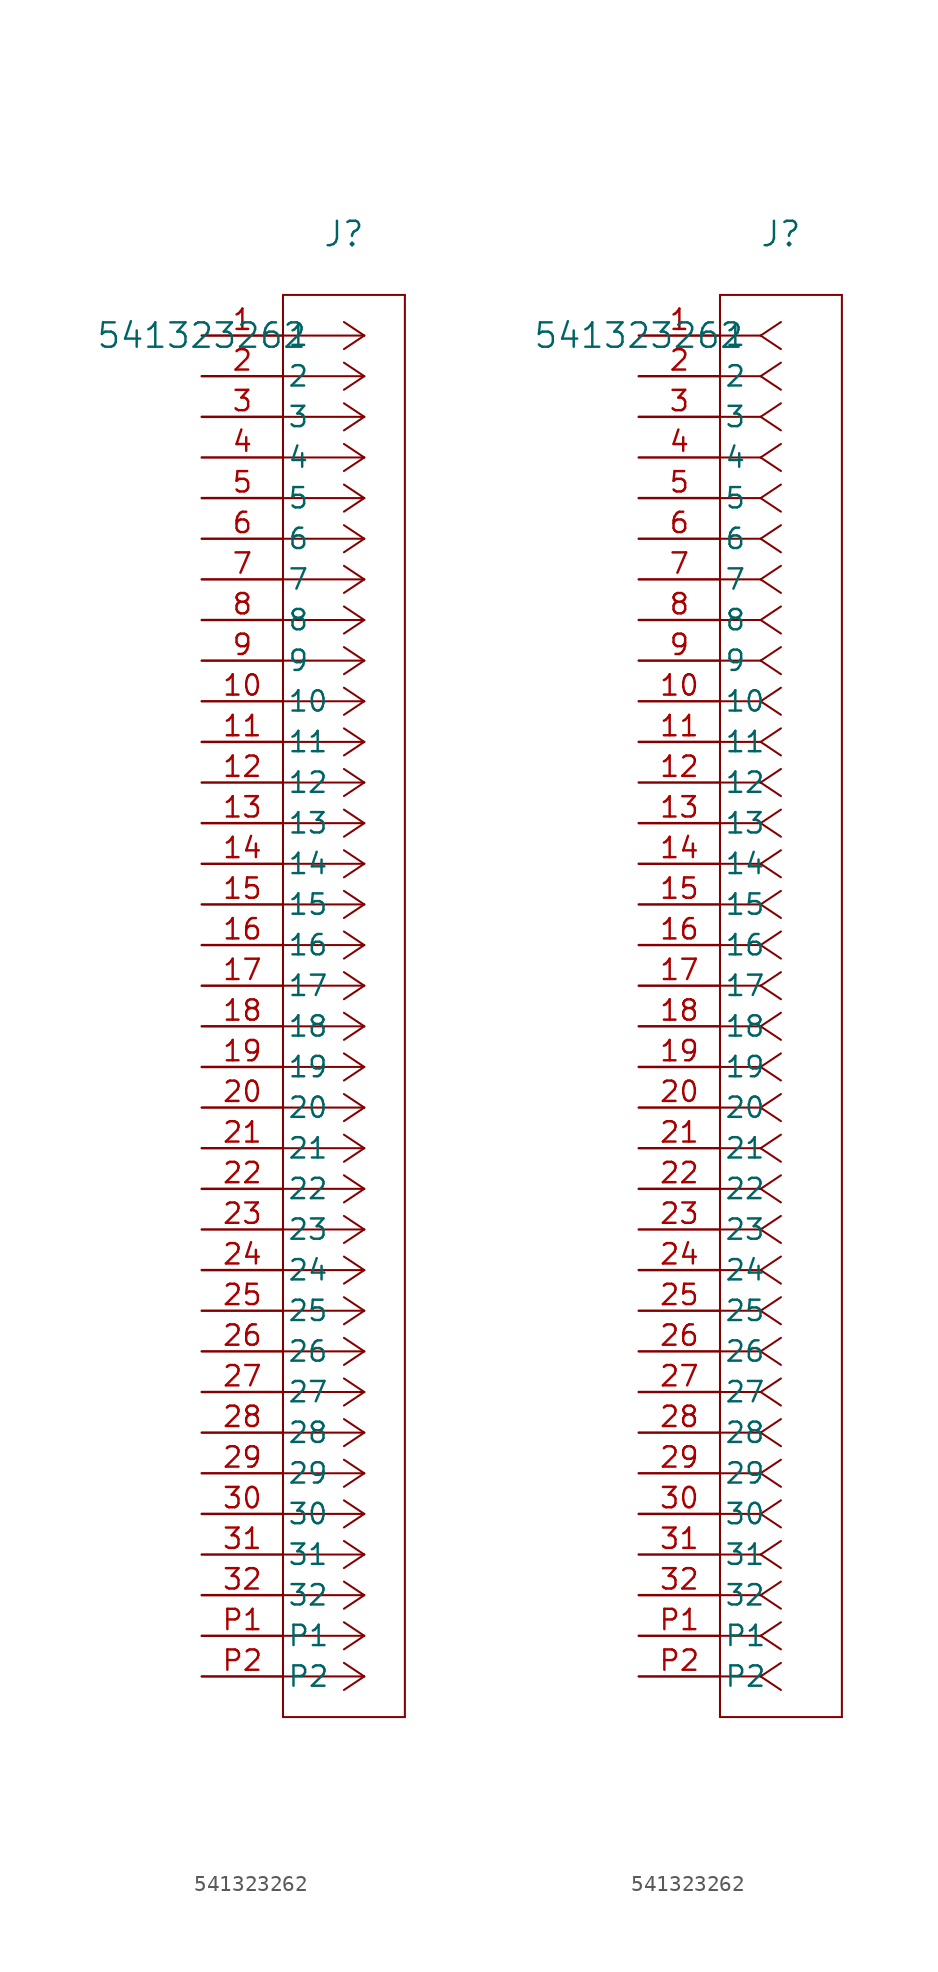
<source format=kicad_sym>
(kicad_symbol_lib
  (version 20211014)
  (generator kicad_symbol_editor)
  (symbol "541323262"
    (pin_names
      (offset 0.254))
    (property "Reference" "J"
      (at 8.89 6.35 0)
      (effects (font (size 1.524 1.524))))
    (property "Value" "541323262"
      (at 0 0 0)
      (effects (font (size 1.524 1.524))))
    (symbol "541323262_1_1"
      (polyline (pts (xy 10.16 0) (xy 5.08 0)) (stroke (width 0.127) (type default) (color 0 0 0 0)) (fill (type none)))
      (polyline (pts (xy 10.16 -2.54) (xy 5.08 -2.54)) (stroke (width 0.127) (type default) (color 0 0 0 0)) (fill (type none)))
      (polyline (pts (xy 10.16 -5.08) (xy 5.08 -5.08)) (stroke (width 0.127) (type default) (color 0 0 0 0)) (fill (type none)))
      (polyline (pts (xy 10.16 -7.62) (xy 5.08 -7.62)) (stroke (width 0.127) (type default) (color 0 0 0 0)) (fill (type none)))
      (polyline (pts (xy 10.16 -10.16) (xy 5.08 -10.16)) (stroke (width 0.127) (type default) (color 0 0 0 0)) (fill (type none)))
      (polyline (pts (xy 10.16 -12.7) (xy 5.08 -12.7)) (stroke (width 0.127) (type default) (color 0 0 0 0)) (fill (type none)))
      (polyline (pts (xy 10.16 -15.24) (xy 5.08 -15.24)) (stroke (width 0.127) (type default) (color 0 0 0 0)) (fill (type none)))
      (polyline (pts (xy 10.16 -17.78) (xy 5.08 -17.78)) (stroke (width 0.127) (type default) (color 0 0 0 0)) (fill (type none)))
      (polyline (pts (xy 10.16 -20.32) (xy 5.08 -20.32)) (stroke (width 0.127) (type default) (color 0 0 0 0)) (fill (type none)))
      (polyline (pts (xy 10.16 -22.86) (xy 5.08 -22.86)) (stroke (width 0.127) (type default) (color 0 0 0 0)) (fill (type none)))
      (polyline (pts (xy 10.16 -25.4) (xy 5.08 -25.4)) (stroke (width 0.127) (type default) (color 0 0 0 0)) (fill (type none)))
      (polyline (pts (xy 10.16 -27.94) (xy 5.08 -27.94)) (stroke (width 0.127) (type default) (color 0 0 0 0)) (fill (type none)))
      (polyline (pts (xy 10.16 -30.48) (xy 5.08 -30.48)) (stroke (width 0.127) (type default) (color 0 0 0 0)) (fill (type none)))
      (polyline (pts (xy 10.16 -33.02) (xy 5.08 -33.02)) (stroke (width 0.127) (type default) (color 0 0 0 0)) (fill (type none)))
      (polyline (pts (xy 10.16 -35.56) (xy 5.08 -35.56)) (stroke (width 0.127) (type default) (color 0 0 0 0)) (fill (type none)))
      (polyline (pts (xy 10.16 -38.1) (xy 5.08 -38.1)) (stroke (width 0.127) (type default) (color 0 0 0 0)) (fill (type none)))
      (polyline (pts (xy 10.16 -40.64) (xy 5.08 -40.64)) (stroke (width 0.127) (type default) (color 0 0 0 0)) (fill (type none)))
      (polyline (pts (xy 10.16 -43.18) (xy 5.08 -43.18)) (stroke (width 0.127) (type default) (color 0 0 0 0)) (fill (type none)))
      (polyline (pts (xy 10.16 -45.72) (xy 5.08 -45.72)) (stroke (width 0.127) (type default) (color 0 0 0 0)) (fill (type none)))
      (polyline (pts (xy 10.16 -48.26) (xy 5.08 -48.26)) (stroke (width 0.127) (type default) (color 0 0 0 0)) (fill (type none)))
      (polyline (pts (xy 10.16 -50.8) (xy 5.08 -50.8)) (stroke (width 0.127) (type default) (color 0 0 0 0)) (fill (type none)))
      (polyline (pts (xy 10.16 -53.34) (xy 5.08 -53.34)) (stroke (width 0.127) (type default) (color 0 0 0 0)) (fill (type none)))
      (polyline (pts (xy 10.16 -55.88) (xy 5.08 -55.88)) (stroke (width 0.127) (type default) (color 0 0 0 0)) (fill (type none)))
      (polyline (pts (xy 10.16 -58.42) (xy 5.08 -58.42)) (stroke (width 0.127) (type default) (color 0 0 0 0)) (fill (type none)))
      (polyline (pts (xy 10.16 -60.96) (xy 5.08 -60.96)) (stroke (width 0.127) (type default) (color 0 0 0 0)) (fill (type none)))
      (polyline (pts (xy 10.16 -63.5) (xy 5.08 -63.5)) (stroke (width 0.127) (type default) (color 0 0 0 0)) (fill (type none)))
      (polyline (pts (xy 10.16 -66.04) (xy 5.08 -66.04)) (stroke (width 0.127) (type default) (color 0 0 0 0)) (fill (type none)))
      (polyline (pts (xy 10.16 -68.58) (xy 5.08 -68.58)) (stroke (width 0.127) (type default) (color 0 0 0 0)) (fill (type none)))
      (polyline (pts (xy 10.16 -71.12) (xy 5.08 -71.12)) (stroke (width 0.127) (type default) (color 0 0 0 0)) (fill (type none)))
      (polyline (pts (xy 10.16 -73.66) (xy 5.08 -73.66)) (stroke (width 0.127) (type default) (color 0 0 0 0)) (fill (type none)))
      (polyline (pts (xy 10.16 -76.2) (xy 5.08 -76.2)) (stroke (width 0.127) (type default) (color 0 0 0 0)) (fill (type none)))
      (polyline (pts (xy 10.16 -78.74) (xy 5.08 -78.74)) (stroke (width 0.127) (type default) (color 0 0 0 0)) (fill (type none)))
      (polyline (pts (xy 10.16 -81.28) (xy 5.08 -81.28)) (stroke (width 0.127) (type default) (color 0 0 0 0)) (fill (type none)))
      (polyline (pts (xy 10.16 -83.82) (xy 5.08 -83.82)) (stroke (width 0.127) (type default) (color 0 0 0 0)) (fill (type none)))
      (polyline (pts (xy 10.16 0) (xy 8.89 0.847)) (stroke (width 0.127) (type default) (color 0 0 0 0)) (fill (type none)))
      (polyline (pts (xy 10.16 -2.54) (xy 8.89 -1.693)) (stroke (width 0.127) (type default) (color 0 0 0 0)) (fill (type none)))
      (polyline (pts (xy 10.16 -5.08) (xy 8.89 -4.233)) (stroke (width 0.127) (type default) (color 0 0 0 0)) (fill (type none)))
      (polyline (pts (xy 10.16 -7.62) (xy 8.89 -6.773)) (stroke (width 0.127) (type default) (color 0 0 0 0)) (fill (type none)))
      (polyline (pts (xy 10.16 -10.16) (xy 8.89 -9.313)) (stroke (width 0.127) (type default) (color 0 0 0 0)) (fill (type none)))
      (polyline (pts (xy 10.16 -12.7) (xy 8.89 -11.853)) (stroke (width 0.127) (type default) (color 0 0 0 0)) (fill (type none)))
      (polyline (pts (xy 10.16 -15.24) (xy 8.89 -14.393)) (stroke (width 0.127) (type default) (color 0 0 0 0)) (fill (type none)))
      (polyline (pts (xy 10.16 -17.78) (xy 8.89 -16.933)) (stroke (width 0.127) (type default) (color 0 0 0 0)) (fill (type none)))
      (polyline (pts (xy 10.16 -20.32) (xy 8.89 -19.473)) (stroke (width 0.127) (type default) (color 0 0 0 0)) (fill (type none)))
      (polyline (pts (xy 10.16 -22.86) (xy 8.89 -22.013)) (stroke (width 0.127) (type default) (color 0 0 0 0)) (fill (type none)))
      (polyline (pts (xy 10.16 -25.4) (xy 8.89 -24.553)) (stroke (width 0.127) (type default) (color 0 0 0 0)) (fill (type none)))
      (polyline (pts (xy 10.16 -27.94) (xy 8.89 -27.093)) (stroke (width 0.127) (type default) (color 0 0 0 0)) (fill (type none)))
      (polyline (pts (xy 10.16 -30.48) (xy 8.89 -29.633)) (stroke (width 0.127) (type default) (color 0 0 0 0)) (fill (type none)))
      (polyline (pts (xy 10.16 -33.02) (xy 8.89 -32.173)) (stroke (width 0.127) (type default) (color 0 0 0 0)) (fill (type none)))
      (polyline (pts (xy 10.16 -35.56) (xy 8.89 -34.713)) (stroke (width 0.127) (type default) (color 0 0 0 0)) (fill (type none)))
      (polyline (pts (xy 10.16 -38.1) (xy 8.89 -37.253)) (stroke (width 0.127) (type default) (color 0 0 0 0)) (fill (type none)))
      (polyline (pts (xy 10.16 -40.64) (xy 8.89 -39.793)) (stroke (width 0.127) (type default) (color 0 0 0 0)) (fill (type none)))
      (polyline (pts (xy 10.16 -43.18) (xy 8.89 -42.333)) (stroke (width 0.127) (type default) (color 0 0 0 0)) (fill (type none)))
      (polyline (pts (xy 10.16 -45.72) (xy 8.89 -44.873)) (stroke (width 0.127) (type default) (color 0 0 0 0)) (fill (type none)))
      (polyline (pts (xy 10.16 -48.26) (xy 8.89 -47.413)) (stroke (width 0.127) (type default) (color 0 0 0 0)) (fill (type none)))
      (polyline (pts (xy 10.16 -50.8) (xy 8.89 -49.953)) (stroke (width 0.127) (type default) (color 0 0 0 0)) (fill (type none)))
      (polyline (pts (xy 10.16 -53.34) (xy 8.89 -52.493)) (stroke (width 0.127) (type default) (color 0 0 0 0)) (fill (type none)))
      (polyline (pts (xy 10.16 -55.88) (xy 8.89 -55.033)) (stroke (width 0.127) (type default) (color 0 0 0 0)) (fill (type none)))
      (polyline (pts (xy 10.16 -58.42) (xy 8.89 -57.573)) (stroke (width 0.127) (type default) (color 0 0 0 0)) (fill (type none)))
      (polyline (pts (xy 10.16 -60.96) (xy 8.89 -60.113)) (stroke (width 0.127) (type default) (color 0 0 0 0)) (fill (type none)))
      (polyline (pts (xy 10.16 -63.5) (xy 8.89 -62.653)) (stroke (width 0.127) (type default) (color 0 0 0 0)) (fill (type none)))
      (polyline (pts (xy 10.16 -66.04) (xy 8.89 -65.193)) (stroke (width 0.127) (type default) (color 0 0 0 0)) (fill (type none)))
      (polyline (pts (xy 10.16 -68.58) (xy 8.89 -67.733)) (stroke (width 0.127) (type default) (color 0 0 0 0)) (fill (type none)))
      (polyline (pts (xy 10.16 -71.12) (xy 8.89 -70.273)) (stroke (width 0.127) (type default) (color 0 0 0 0)) (fill (type none)))
      (polyline (pts (xy 10.16 -73.66) (xy 8.89 -72.813)) (stroke (width 0.127) (type default) (color 0 0 0 0)) (fill (type none)))
      (polyline (pts (xy 10.16 -76.2) (xy 8.89 -75.353)) (stroke (width 0.127) (type default) (color 0 0 0 0)) (fill (type none)))
      (polyline (pts (xy 10.16 -78.74) (xy 8.89 -77.893)) (stroke (width 0.127) (type default) (color 0 0 0 0)) (fill (type none)))
      (polyline (pts (xy 10.16 -81.28) (xy 8.89 -80.433)) (stroke (width 0.127) (type default) (color 0 0 0 0)) (fill (type none)))
      (polyline (pts (xy 10.16 -83.82) (xy 8.89 -82.973)) (stroke (width 0.127) (type default) (color 0 0 0 0)) (fill (type none)))
      (polyline (pts (xy 10.16 0) (xy 8.89 -0.847)) (stroke (width 0.127) (type default) (color 0 0 0 0)) (fill (type none)))
      (polyline (pts (xy 10.16 -2.54) (xy 8.89 -3.387)) (stroke (width 0.127) (type default) (color 0 0 0 0)) (fill (type none)))
      (polyline (pts (xy 10.16 -5.08) (xy 8.89 -5.927)) (stroke (width 0.127) (type default) (color 0 0 0 0)) (fill (type none)))
      (polyline (pts (xy 10.16 -7.62) (xy 8.89 -8.467)) (stroke (width 0.127) (type default) (color 0 0 0 0)) (fill (type none)))
      (polyline (pts (xy 10.16 -10.16) (xy 8.89 -11.007)) (stroke (width 0.127) (type default) (color 0 0 0 0)) (fill (type none)))
      (polyline (pts (xy 10.16 -12.7) (xy 8.89 -13.547)) (stroke (width 0.127) (type default) (color 0 0 0 0)) (fill (type none)))
      (polyline (pts (xy 10.16 -15.24) (xy 8.89 -16.087)) (stroke (width 0.127) (type default) (color 0 0 0 0)) (fill (type none)))
      (polyline (pts (xy 10.16 -17.78) (xy 8.89 -18.627)) (stroke (width 0.127) (type default) (color 0 0 0 0)) (fill (type none)))
      (polyline (pts (xy 10.16 -20.32) (xy 8.89 -21.167)) (stroke (width 0.127) (type default) (color 0 0 0 0)) (fill (type none)))
      (polyline (pts (xy 10.16 -22.86) (xy 8.89 -23.707)) (stroke (width 0.127) (type default) (color 0 0 0 0)) (fill (type none)))
      (polyline (pts (xy 10.16 -25.4) (xy 8.89 -26.247)) (stroke (width 0.127) (type default) (color 0 0 0 0)) (fill (type none)))
      (polyline (pts (xy 10.16 -27.94) (xy 8.89 -28.787)) (stroke (width 0.127) (type default) (color 0 0 0 0)) (fill (type none)))
      (polyline (pts (xy 10.16 -30.48) (xy 8.89 -31.327)) (stroke (width 0.127) (type default) (color 0 0 0 0)) (fill (type none)))
      (polyline (pts (xy 10.16 -33.02) (xy 8.89 -33.867)) (stroke (width 0.127) (type default) (color 0 0 0 0)) (fill (type none)))
      (polyline (pts (xy 10.16 -35.56) (xy 8.89 -36.407)) (stroke (width 0.127) (type default) (color 0 0 0 0)) (fill (type none)))
      (polyline (pts (xy 10.16 -38.1) (xy 8.89 -38.947)) (stroke (width 0.127) (type default) (color 0 0 0 0)) (fill (type none)))
      (polyline (pts (xy 10.16 -40.64) (xy 8.89 -41.487)) (stroke (width 0.127) (type default) (color 0 0 0 0)) (fill (type none)))
      (polyline (pts (xy 10.16 -43.18) (xy 8.89 -44.027)) (stroke (width 0.127) (type default) (color 0 0 0 0)) (fill (type none)))
      (polyline (pts (xy 10.16 -45.72) (xy 8.89 -46.567)) (stroke (width 0.127) (type default) (color 0 0 0 0)) (fill (type none)))
      (polyline (pts (xy 10.16 -48.26) (xy 8.89 -49.107)) (stroke (width 0.127) (type default) (color 0 0 0 0)) (fill (type none)))
      (polyline (pts (xy 10.16 -50.8) (xy 8.89 -51.647)) (stroke (width 0.127) (type default) (color 0 0 0 0)) (fill (type none)))
      (polyline (pts (xy 10.16 -53.34) (xy 8.89 -54.187)) (stroke (width 0.127) (type default) (color 0 0 0 0)) (fill (type none)))
      (polyline (pts (xy 10.16 -55.88) (xy 8.89 -56.727)) (stroke (width 0.127) (type default) (color 0 0 0 0)) (fill (type none)))
      (polyline (pts (xy 10.16 -58.42) (xy 8.89 -59.267)) (stroke (width 0.127) (type default) (color 0 0 0 0)) (fill (type none)))
      (polyline (pts (xy 10.16 -60.96) (xy 8.89 -61.807)) (stroke (width 0.127) (type default) (color 0 0 0 0)) (fill (type none)))
      (polyline (pts (xy 10.16 -63.5) (xy 8.89 -64.347)) (stroke (width 0.127) (type default) (color 0 0 0 0)) (fill (type none)))
      (polyline (pts (xy 10.16 -66.04) (xy 8.89 -66.887)) (stroke (width 0.127) (type default) (color 0 0 0 0)) (fill (type none)))
      (polyline (pts (xy 10.16 -68.58) (xy 8.89 -69.427)) (stroke (width 0.127) (type default) (color 0 0 0 0)) (fill (type none)))
      (polyline (pts (xy 10.16 -71.12) (xy 8.89 -71.967)) (stroke (width 0.127) (type default) (color 0 0 0 0)) (fill (type none)))
      (polyline (pts (xy 10.16 -73.66) (xy 8.89 -74.507)) (stroke (width 0.127) (type default) (color 0 0 0 0)) (fill (type none)))
      (polyline (pts (xy 10.16 -76.2) (xy 8.89 -77.047)) (stroke (width 0.127) (type default) (color 0 0 0 0)) (fill (type none)))
      (polyline (pts (xy 10.16 -78.74) (xy 8.89 -79.587)) (stroke (width 0.127) (type default) (color 0 0 0 0)) (fill (type none)))
      (polyline (pts (xy 10.16 -81.28) (xy 8.89 -82.127)) (stroke (width 0.127) (type default) (color 0 0 0 0)) (fill (type none)))
      (polyline (pts (xy 10.16 -83.82) (xy 8.89 -84.667)) (stroke (width 0.127) (type default) (color 0 0 0 0)) (fill (type none)))
      (polyline (pts (xy 5.08 2.54) (xy 5.08 -86.36)) (stroke (width 0.127) (type default) (color 0 0 0 0)) (fill (type none)))
      (polyline (pts (xy 5.08 -86.36) (xy 12.7 -86.36)) (stroke (width 0.127) (type default) (color 0 0 0 0)) (fill (type none)))
      (polyline (pts (xy 12.7 -86.36) (xy 12.7 2.54)) (stroke (width 0.127) (type default) (color 0 0 0 0)) (fill (type none)))
      (polyline (pts (xy 12.7 2.54) (xy 5.08 2.54)) (stroke (width 0.127) (type default) (color 0 0 0 0)) (fill (type none)))
      (pin unspecified line (at 0 0 0) (length 5.08) (name "1" (effects (font (size 1.27 1.27)))) (number "1" (effects (font (size 1.27 1.27)))))
      (pin unspecified line (at 0 -2.54 0) (length 5.08) (name "2" (effects (font (size 1.27 1.27)))) (number "2" (effects (font (size 1.27 1.27)))))
      (pin unspecified line (at 0 -5.08 0) (length 5.08) (name "3" (effects (font (size 1.27 1.27)))) (number "3" (effects (font (size 1.27 1.27)))))
      (pin unspecified line (at 0 -7.62 0) (length 5.08) (name "4" (effects (font (size 1.27 1.27)))) (number "4" (effects (font (size 1.27 1.27)))))
      (pin unspecified line (at 0 -10.16 0) (length 5.08) (name "5" (effects (font (size 1.27 1.27)))) (number "5" (effects (font (size 1.27 1.27)))))
      (pin unspecified line (at 0 -12.7 0) (length 5.08) (name "6" (effects (font (size 1.27 1.27)))) (number "6" (effects (font (size 1.27 1.27)))))
      (pin unspecified line (at 0 -15.24 0) (length 5.08) (name "7" (effects (font (size 1.27 1.27)))) (number "7" (effects (font (size 1.27 1.27)))))
      (pin unspecified line (at 0 -17.78 0) (length 5.08) (name "8" (effects (font (size 1.27 1.27)))) (number "8" (effects (font (size 1.27 1.27)))))
      (pin unspecified line (at 0 -20.32 0) (length 5.08) (name "9" (effects (font (size 1.27 1.27)))) (number "9" (effects (font (size 1.27 1.27)))))
      (pin unspecified line (at 0 -22.86 0) (length 5.08) (name "10" (effects (font (size 1.27 1.27)))) (number "10" (effects (font (size 1.27 1.27)))))
      (pin unspecified line (at 0 -25.4 0) (length 5.08) (name "11" (effects (font (size 1.27 1.27)))) (number "11" (effects (font (size 1.27 1.27)))))
      (pin unspecified line (at 0 -27.94 0) (length 5.08) (name "12" (effects (font (size 1.27 1.27)))) (number "12" (effects (font (size 1.27 1.27)))))
      (pin unspecified line (at 0 -30.48 0) (length 5.08) (name "13" (effects (font (size 1.27 1.27)))) (number "13" (effects (font (size 1.27 1.27)))))
      (pin unspecified line (at 0 -33.02 0) (length 5.08) (name "14" (effects (font (size 1.27 1.27)))) (number "14" (effects (font (size 1.27 1.27)))))
      (pin unspecified line (at 0 -35.56 0) (length 5.08) (name "15" (effects (font (size 1.27 1.27)))) (number "15" (effects (font (size 1.27 1.27)))))
      (pin unspecified line (at 0 -38.1 0) (length 5.08) (name "16" (effects (font (size 1.27 1.27)))) (number "16" (effects (font (size 1.27 1.27)))))
      (pin unspecified line (at 0 -40.64 0) (length 5.08) (name "17" (effects (font (size 1.27 1.27)))) (number "17" (effects (font (size 1.27 1.27)))))
      (pin unspecified line (at 0 -43.18 0) (length 5.08) (name "18" (effects (font (size 1.27 1.27)))) (number "18" (effects (font (size 1.27 1.27)))))
      (pin unspecified line (at 0 -45.72 0) (length 5.08) (name "19" (effects (font (size 1.27 1.27)))) (number "19" (effects (font (size 1.27 1.27)))))
      (pin unspecified line (at 0 -48.26 0) (length 5.08) (name "20" (effects (font (size 1.27 1.27)))) (number "20" (effects (font (size 1.27 1.27)))))
      (pin unspecified line (at 0 -50.8 0) (length 5.08) (name "21" (effects (font (size 1.27 1.27)))) (number "21" (effects (font (size 1.27 1.27)))))
      (pin unspecified line (at 0 -53.34 0) (length 5.08) (name "22" (effects (font (size 1.27 1.27)))) (number "22" (effects (font (size 1.27 1.27)))))
      (pin unspecified line (at 0 -55.88 0) (length 5.08) (name "23" (effects (font (size 1.27 1.27)))) (number "23" (effects (font (size 1.27 1.27)))))
      (pin unspecified line (at 0 -58.42 0) (length 5.08) (name "24" (effects (font (size 1.27 1.27)))) (number "24" (effects (font (size 1.27 1.27)))))
      (pin unspecified line (at 0 -60.96 0) (length 5.08) (name "25" (effects (font (size 1.27 1.27)))) (number "25" (effects (font (size 1.27 1.27)))))
      (pin unspecified line (at 0 -63.5 0) (length 5.08) (name "26" (effects (font (size 1.27 1.27)))) (number "26" (effects (font (size 1.27 1.27)))))
      (pin unspecified line (at 0 -66.04 0) (length 5.08) (name "27" (effects (font (size 1.27 1.27)))) (number "27" (effects (font (size 1.27 1.27)))))
      (pin unspecified line (at 0 -68.58 0) (length 5.08) (name "28" (effects (font (size 1.27 1.27)))) (number "28" (effects (font (size 1.27 1.27)))))
      (pin unspecified line (at 0 -71.12 0) (length 5.08) (name "29" (effects (font (size 1.27 1.27)))) (number "29" (effects (font (size 1.27 1.27)))))
      (pin unspecified line (at 0 -73.66 0) (length 5.08) (name "30" (effects (font (size 1.27 1.27)))) (number "30" (effects (font (size 1.27 1.27)))))
      (pin unspecified line (at 0 -76.2 0) (length 5.08) (name "31" (effects (font (size 1.27 1.27)))) (number "31" (effects (font (size 1.27 1.27)))))
      (pin unspecified line (at 0 -78.74 0) (length 5.08) (name "32" (effects (font (size 1.27 1.27)))) (number "32" (effects (font (size 1.27 1.27)))))
      (pin unspecified line (at 0 -81.28 0) (length 5.08) (name "P1" (effects (font (size 1.27 1.27)))) (number "P1" (effects (font (size 1.27 1.27)))))
      (pin unspecified line (at 0 -83.82 0) (length 5.08) (name "P2" (effects (font (size 1.27 1.27)))) (number "P2" (effects (font (size 1.27 1.27))))))
    (symbol "541323262_1_2"
      (polyline (pts (xy 7.62 0) (xy 5.08 0)) (stroke (width 0.127) (type default) (color 0 0 0 0)) (fill (type none)))
      (polyline (pts (xy 7.62 -2.54) (xy 5.08 -2.54)) (stroke (width 0.127) (type default) (color 0 0 0 0)) (fill (type none)))
      (polyline (pts (xy 7.62 -5.08) (xy 5.08 -5.08)) (stroke (width 0.127) (type default) (color 0 0 0 0)) (fill (type none)))
      (polyline (pts (xy 7.62 -7.62) (xy 5.08 -7.62)) (stroke (width 0.127) (type default) (color 0 0 0 0)) (fill (type none)))
      (polyline (pts (xy 7.62 -10.16) (xy 5.08 -10.16)) (stroke (width 0.127) (type default) (color 0 0 0 0)) (fill (type none)))
      (polyline (pts (xy 7.62 -12.7) (xy 5.08 -12.7)) (stroke (width 0.127) (type default) (color 0 0 0 0)) (fill (type none)))
      (polyline (pts (xy 7.62 -15.24) (xy 5.08 -15.24)) (stroke (width 0.127) (type default) (color 0 0 0 0)) (fill (type none)))
      (polyline (pts (xy 7.62 -17.78) (xy 5.08 -17.78)) (stroke (width 0.127) (type default) (color 0 0 0 0)) (fill (type none)))
      (polyline (pts (xy 7.62 -20.32) (xy 5.08 -20.32)) (stroke (width 0.127) (type default) (color 0 0 0 0)) (fill (type none)))
      (polyline (pts (xy 7.62 -22.86) (xy 5.08 -22.86)) (stroke (width 0.127) (type default) (color 0 0 0 0)) (fill (type none)))
      (polyline (pts (xy 7.62 -25.4) (xy 5.08 -25.4)) (stroke (width 0.127) (type default) (color 0 0 0 0)) (fill (type none)))
      (polyline (pts (xy 7.62 -27.94) (xy 5.08 -27.94)) (stroke (width 0.127) (type default) (color 0 0 0 0)) (fill (type none)))
      (polyline (pts (xy 7.62 -30.48) (xy 5.08 -30.48)) (stroke (width 0.127) (type default) (color 0 0 0 0)) (fill (type none)))
      (polyline (pts (xy 7.62 -33.02) (xy 5.08 -33.02)) (stroke (width 0.127) (type default) (color 0 0 0 0)) (fill (type none)))
      (polyline (pts (xy 7.62 -35.56) (xy 5.08 -35.56)) (stroke (width 0.127) (type default) (color 0 0 0 0)) (fill (type none)))
      (polyline (pts (xy 7.62 -38.1) (xy 5.08 -38.1)) (stroke (width 0.127) (type default) (color 0 0 0 0)) (fill (type none)))
      (polyline (pts (xy 7.62 -40.64) (xy 5.08 -40.64)) (stroke (width 0.127) (type default) (color 0 0 0 0)) (fill (type none)))
      (polyline (pts (xy 7.62 -43.18) (xy 5.08 -43.18)) (stroke (width 0.127) (type default) (color 0 0 0 0)) (fill (type none)))
      (polyline (pts (xy 7.62 -45.72) (xy 5.08 -45.72)) (stroke (width 0.127) (type default) (color 0 0 0 0)) (fill (type none)))
      (polyline (pts (xy 7.62 -48.26) (xy 5.08 -48.26)) (stroke (width 0.127) (type default) (color 0 0 0 0)) (fill (type none)))
      (polyline (pts (xy 7.62 -50.8) (xy 5.08 -50.8)) (stroke (width 0.127) (type default) (color 0 0 0 0)) (fill (type none)))
      (polyline (pts (xy 7.62 -53.34) (xy 5.08 -53.34)) (stroke (width 0.127) (type default) (color 0 0 0 0)) (fill (type none)))
      (polyline (pts (xy 7.62 -55.88) (xy 5.08 -55.88)) (stroke (width 0.127) (type default) (color 0 0 0 0)) (fill (type none)))
      (polyline (pts (xy 7.62 -58.42) (xy 5.08 -58.42)) (stroke (width 0.127) (type default) (color 0 0 0 0)) (fill (type none)))
      (polyline (pts (xy 7.62 -60.96) (xy 5.08 -60.96)) (stroke (width 0.127) (type default) (color 0 0 0 0)) (fill (type none)))
      (polyline (pts (xy 7.62 -63.5) (xy 5.08 -63.5)) (stroke (width 0.127) (type default) (color 0 0 0 0)) (fill (type none)))
      (polyline (pts (xy 7.62 -66.04) (xy 5.08 -66.04)) (stroke (width 0.127) (type default) (color 0 0 0 0)) (fill (type none)))
      (polyline (pts (xy 7.62 -68.58) (xy 5.08 -68.58)) (stroke (width 0.127) (type default) (color 0 0 0 0)) (fill (type none)))
      (polyline (pts (xy 7.62 -71.12) (xy 5.08 -71.12)) (stroke (width 0.127) (type default) (color 0 0 0 0)) (fill (type none)))
      (polyline (pts (xy 7.62 -73.66) (xy 5.08 -73.66)) (stroke (width 0.127) (type default) (color 0 0 0 0)) (fill (type none)))
      (polyline (pts (xy 7.62 -76.2) (xy 5.08 -76.2)) (stroke (width 0.127) (type default) (color 0 0 0 0)) (fill (type none)))
      (polyline (pts (xy 7.62 -78.74) (xy 5.08 -78.74)) (stroke (width 0.127) (type default) (color 0 0 0 0)) (fill (type none)))
      (polyline (pts (xy 7.62 -81.28) (xy 5.08 -81.28)) (stroke (width 0.127) (type default) (color 0 0 0 0)) (fill (type none)))
      (polyline (pts (xy 7.62 -83.82) (xy 5.08 -83.82)) (stroke (width 0.127) (type default) (color 0 0 0 0)) (fill (type none)))
      (polyline (pts (xy 7.62 0) (xy 8.89 0.847)) (stroke (width 0.127) (type default) (color 0 0 0 0)) (fill (type none)))
      (polyline (pts (xy 7.62 -2.54) (xy 8.89 -1.693)) (stroke (width 0.127) (type default) (color 0 0 0 0)) (fill (type none)))
      (polyline (pts (xy 7.62 -5.08) (xy 8.89 -4.233)) (stroke (width 0.127) (type default) (color 0 0 0 0)) (fill (type none)))
      (polyline (pts (xy 7.62 -7.62) (xy 8.89 -6.773)) (stroke (width 0.127) (type default) (color 0 0 0 0)) (fill (type none)))
      (polyline (pts (xy 7.62 -10.16) (xy 8.89 -9.313)) (stroke (width 0.127) (type default) (color 0 0 0 0)) (fill (type none)))
      (polyline (pts (xy 7.62 -12.7) (xy 8.89 -11.853)) (stroke (width 0.127) (type default) (color 0 0 0 0)) (fill (type none)))
      (polyline (pts (xy 7.62 -15.24) (xy 8.89 -14.393)) (stroke (width 0.127) (type default) (color 0 0 0 0)) (fill (type none)))
      (polyline (pts (xy 7.62 -17.78) (xy 8.89 -16.933)) (stroke (width 0.127) (type default) (color 0 0 0 0)) (fill (type none)))
      (polyline (pts (xy 7.62 -20.32) (xy 8.89 -19.473)) (stroke (width 0.127) (type default) (color 0 0 0 0)) (fill (type none)))
      (polyline (pts (xy 7.62 -22.86) (xy 8.89 -22.013)) (stroke (width 0.127) (type default) (color 0 0 0 0)) (fill (type none)))
      (polyline (pts (xy 7.62 -25.4) (xy 8.89 -24.553)) (stroke (width 0.127) (type default) (color 0 0 0 0)) (fill (type none)))
      (polyline (pts (xy 7.62 -27.94) (xy 8.89 -27.093)) (stroke (width 0.127) (type default) (color 0 0 0 0)) (fill (type none)))
      (polyline (pts (xy 7.62 -30.48) (xy 8.89 -29.633)) (stroke (width 0.127) (type default) (color 0 0 0 0)) (fill (type none)))
      (polyline (pts (xy 7.62 -33.02) (xy 8.89 -32.173)) (stroke (width 0.127) (type default) (color 0 0 0 0)) (fill (type none)))
      (polyline (pts (xy 7.62 -35.56) (xy 8.89 -34.713)) (stroke (width 0.127) (type default) (color 0 0 0 0)) (fill (type none)))
      (polyline (pts (xy 7.62 -38.1) (xy 8.89 -37.253)) (stroke (width 0.127) (type default) (color 0 0 0 0)) (fill (type none)))
      (polyline (pts (xy 7.62 -40.64) (xy 8.89 -39.793)) (stroke (width 0.127) (type default) (color 0 0 0 0)) (fill (type none)))
      (polyline (pts (xy 7.62 -43.18) (xy 8.89 -42.333)) (stroke (width 0.127) (type default) (color 0 0 0 0)) (fill (type none)))
      (polyline (pts (xy 7.62 -45.72) (xy 8.89 -44.873)) (stroke (width 0.127) (type default) (color 0 0 0 0)) (fill (type none)))
      (polyline (pts (xy 7.62 -48.26) (xy 8.89 -47.413)) (stroke (width 0.127) (type default) (color 0 0 0 0)) (fill (type none)))
      (polyline (pts (xy 7.62 -50.8) (xy 8.89 -49.953)) (stroke (width 0.127) (type default) (color 0 0 0 0)) (fill (type none)))
      (polyline (pts (xy 7.62 -53.34) (xy 8.89 -52.493)) (stroke (width 0.127) (type default) (color 0 0 0 0)) (fill (type none)))
      (polyline (pts (xy 7.62 -55.88) (xy 8.89 -55.033)) (stroke (width 0.127) (type default) (color 0 0 0 0)) (fill (type none)))
      (polyline (pts (xy 7.62 -58.42) (xy 8.89 -57.573)) (stroke (width 0.127) (type default) (color 0 0 0 0)) (fill (type none)))
      (polyline (pts (xy 7.62 -60.96) (xy 8.89 -60.113)) (stroke (width 0.127) (type default) (color 0 0 0 0)) (fill (type none)))
      (polyline (pts (xy 7.62 -63.5) (xy 8.89 -62.653)) (stroke (width 0.127) (type default) (color 0 0 0 0)) (fill (type none)))
      (polyline (pts (xy 7.62 -66.04) (xy 8.89 -65.193)) (stroke (width 0.127) (type default) (color 0 0 0 0)) (fill (type none)))
      (polyline (pts (xy 7.62 -68.58) (xy 8.89 -67.733)) (stroke (width 0.127) (type default) (color 0 0 0 0)) (fill (type none)))
      (polyline (pts (xy 7.62 -71.12) (xy 8.89 -70.273)) (stroke (width 0.127) (type default) (color 0 0 0 0)) (fill (type none)))
      (polyline (pts (xy 7.62 -73.66) (xy 8.89 -72.813)) (stroke (width 0.127) (type default) (color 0 0 0 0)) (fill (type none)))
      (polyline (pts (xy 7.62 -76.2) (xy 8.89 -75.353)) (stroke (width 0.127) (type default) (color 0 0 0 0)) (fill (type none)))
      (polyline (pts (xy 7.62 -78.74) (xy 8.89 -77.893)) (stroke (width 0.127) (type default) (color 0 0 0 0)) (fill (type none)))
      (polyline (pts (xy 7.62 -81.28) (xy 8.89 -80.433)) (stroke (width 0.127) (type default) (color 0 0 0 0)) (fill (type none)))
      (polyline (pts (xy 7.62 -83.82) (xy 8.89 -82.973)) (stroke (width 0.127) (type default) (color 0 0 0 0)) (fill (type none)))
      (polyline (pts (xy 7.62 0) (xy 8.89 -0.847)) (stroke (width 0.127) (type default) (color 0 0 0 0)) (fill (type none)))
      (polyline (pts (xy 7.62 -2.54) (xy 8.89 -3.387)) (stroke (width 0.127) (type default) (color 0 0 0 0)) (fill (type none)))
      (polyline (pts (xy 7.62 -5.08) (xy 8.89 -5.927)) (stroke (width 0.127) (type default) (color 0 0 0 0)) (fill (type none)))
      (polyline (pts (xy 7.62 -7.62) (xy 8.89 -8.467)) (stroke (width 0.127) (type default) (color 0 0 0 0)) (fill (type none)))
      (polyline (pts (xy 7.62 -10.16) (xy 8.89 -11.007)) (stroke (width 0.127) (type default) (color 0 0 0 0)) (fill (type none)))
      (polyline (pts (xy 7.62 -12.7) (xy 8.89 -13.547)) (stroke (width 0.127) (type default) (color 0 0 0 0)) (fill (type none)))
      (polyline (pts (xy 7.62 -15.24) (xy 8.89 -16.087)) (stroke (width 0.127) (type default) (color 0 0 0 0)) (fill (type none)))
      (polyline (pts (xy 7.62 -17.78) (xy 8.89 -18.627)) (stroke (width 0.127) (type default) (color 0 0 0 0)) (fill (type none)))
      (polyline (pts (xy 7.62 -20.32) (xy 8.89 -21.167)) (stroke (width 0.127) (type default) (color 0 0 0 0)) (fill (type none)))
      (polyline (pts (xy 7.62 -22.86) (xy 8.89 -23.707)) (stroke (width 0.127) (type default) (color 0 0 0 0)) (fill (type none)))
      (polyline (pts (xy 7.62 -25.4) (xy 8.89 -26.247)) (stroke (width 0.127) (type default) (color 0 0 0 0)) (fill (type none)))
      (polyline (pts (xy 7.62 -27.94) (xy 8.89 -28.787)) (stroke (width 0.127) (type default) (color 0 0 0 0)) (fill (type none)))
      (polyline (pts (xy 7.62 -30.48) (xy 8.89 -31.327)) (stroke (width 0.127) (type default) (color 0 0 0 0)) (fill (type none)))
      (polyline (pts (xy 7.62 -33.02) (xy 8.89 -33.867)) (stroke (width 0.127) (type default) (color 0 0 0 0)) (fill (type none)))
      (polyline (pts (xy 7.62 -35.56) (xy 8.89 -36.407)) (stroke (width 0.127) (type default) (color 0 0 0 0)) (fill (type none)))
      (polyline (pts (xy 7.62 -38.1) (xy 8.89 -38.947)) (stroke (width 0.127) (type default) (color 0 0 0 0)) (fill (type none)))
      (polyline (pts (xy 7.62 -40.64) (xy 8.89 -41.487)) (stroke (width 0.127) (type default) (color 0 0 0 0)) (fill (type none)))
      (polyline (pts (xy 7.62 -43.18) (xy 8.89 -44.027)) (stroke (width 0.127) (type default) (color 0 0 0 0)) (fill (type none)))
      (polyline (pts (xy 7.62 -45.72) (xy 8.89 -46.567)) (stroke (width 0.127) (type default) (color 0 0 0 0)) (fill (type none)))
      (polyline (pts (xy 7.62 -48.26) (xy 8.89 -49.107)) (stroke (width 0.127) (type default) (color 0 0 0 0)) (fill (type none)))
      (polyline (pts (xy 7.62 -50.8) (xy 8.89 -51.647)) (stroke (width 0.127) (type default) (color 0 0 0 0)) (fill (type none)))
      (polyline (pts (xy 7.62 -53.34) (xy 8.89 -54.187)) (stroke (width 0.127) (type default) (color 0 0 0 0)) (fill (type none)))
      (polyline (pts (xy 7.62 -55.88) (xy 8.89 -56.727)) (stroke (width 0.127) (type default) (color 0 0 0 0)) (fill (type none)))
      (polyline (pts (xy 7.62 -58.42) (xy 8.89 -59.267)) (stroke (width 0.127) (type default) (color 0 0 0 0)) (fill (type none)))
      (polyline (pts (xy 7.62 -60.96) (xy 8.89 -61.807)) (stroke (width 0.127) (type default) (color 0 0 0 0)) (fill (type none)))
      (polyline (pts (xy 7.62 -63.5) (xy 8.89 -64.347)) (stroke (width 0.127) (type default) (color 0 0 0 0)) (fill (type none)))
      (polyline (pts (xy 7.62 -66.04) (xy 8.89 -66.887)) (stroke (width 0.127) (type default) (color 0 0 0 0)) (fill (type none)))
      (polyline (pts (xy 7.62 -68.58) (xy 8.89 -69.427)) (stroke (width 0.127) (type default) (color 0 0 0 0)) (fill (type none)))
      (polyline (pts (xy 7.62 -71.12) (xy 8.89 -71.967)) (stroke (width 0.127) (type default) (color 0 0 0 0)) (fill (type none)))
      (polyline (pts (xy 7.62 -73.66) (xy 8.89 -74.507)) (stroke (width 0.127) (type default) (color 0 0 0 0)) (fill (type none)))
      (polyline (pts (xy 7.62 -76.2) (xy 8.89 -77.047)) (stroke (width 0.127) (type default) (color 0 0 0 0)) (fill (type none)))
      (polyline (pts (xy 7.62 -78.74) (xy 8.89 -79.587)) (stroke (width 0.127) (type default) (color 0 0 0 0)) (fill (type none)))
      (polyline (pts (xy 7.62 -81.28) (xy 8.89 -82.127)) (stroke (width 0.127) (type default) (color 0 0 0 0)) (fill (type none)))
      (polyline (pts (xy 7.62 -83.82) (xy 8.89 -84.667)) (stroke (width 0.127) (type default) (color 0 0 0 0)) (fill (type none)))
      (polyline (pts (xy 5.08 2.54) (xy 5.08 -86.36)) (stroke (width 0.127) (type default) (color 0 0 0 0)) (fill (type none)))
      (polyline (pts (xy 5.08 -86.36) (xy 12.7 -86.36)) (stroke (width 0.127) (type default) (color 0 0 0 0)) (fill (type none)))
      (polyline (pts (xy 12.7 -86.36) (xy 12.7 2.54)) (stroke (width 0.127) (type default) (color 0 0 0 0)) (fill (type none)))
      (polyline (pts (xy 12.7 2.54) (xy 5.08 2.54)) (stroke (width 0.127) (type default) (color 0 0 0 0)) (fill (type none)))
      (pin unspecified line (at 0 0 0) (length 5.08) (name "1" (effects (font (size 1.27 1.27)))) (number "1" (effects (font (size 1.27 1.27)))))
      (pin unspecified line (at 0 -2.54 0) (length 5.08) (name "2" (effects (font (size 1.27 1.27)))) (number "2" (effects (font (size 1.27 1.27)))))
      (pin unspecified line (at 0 -5.08 0) (length 5.08) (name "3" (effects (font (size 1.27 1.27)))) (number "3" (effects (font (size 1.27 1.27)))))
      (pin unspecified line (at 0 -7.62 0) (length 5.08) (name "4" (effects (font (size 1.27 1.27)))) (number "4" (effects (font (size 1.27 1.27)))))
      (pin unspecified line (at 0 -10.16 0) (length 5.08) (name "5" (effects (font (size 1.27 1.27)))) (number "5" (effects (font (size 1.27 1.27)))))
      (pin unspecified line (at 0 -12.7 0) (length 5.08) (name "6" (effects (font (size 1.27 1.27)))) (number "6" (effects (font (size 1.27 1.27)))))
      (pin unspecified line (at 0 -15.24 0) (length 5.08) (name "7" (effects (font (size 1.27 1.27)))) (number "7" (effects (font (size 1.27 1.27)))))
      (pin unspecified line (at 0 -17.78 0) (length 5.08) (name "8" (effects (font (size 1.27 1.27)))) (number "8" (effects (font (size 1.27 1.27)))))
      (pin unspecified line (at 0 -20.32 0) (length 5.08) (name "9" (effects (font (size 1.27 1.27)))) (number "9" (effects (font (size 1.27 1.27)))))
      (pin unspecified line (at 0 -22.86 0) (length 5.08) (name "10" (effects (font (size 1.27 1.27)))) (number "10" (effects (font (size 1.27 1.27)))))
      (pin unspecified line (at 0 -25.4 0) (length 5.08) (name "11" (effects (font (size 1.27 1.27)))) (number "11" (effects (font (size 1.27 1.27)))))
      (pin unspecified line (at 0 -27.94 0) (length 5.08) (name "12" (effects (font (size 1.27 1.27)))) (number "12" (effects (font (size 1.27 1.27)))))
      (pin unspecified line (at 0 -30.48 0) (length 5.08) (name "13" (effects (font (size 1.27 1.27)))) (number "13" (effects (font (size 1.27 1.27)))))
      (pin unspecified line (at 0 -33.02 0) (length 5.08) (name "14" (effects (font (size 1.27 1.27)))) (number "14" (effects (font (size 1.27 1.27)))))
      (pin unspecified line (at 0 -35.56 0) (length 5.08) (name "15" (effects (font (size 1.27 1.27)))) (number "15" (effects (font (size 1.27 1.27)))))
      (pin unspecified line (at 0 -38.1 0) (length 5.08) (name "16" (effects (font (size 1.27 1.27)))) (number "16" (effects (font (size 1.27 1.27)))))
      (pin unspecified line (at 0 -40.64 0) (length 5.08) (name "17" (effects (font (size 1.27 1.27)))) (number "17" (effects (font (size 1.27 1.27)))))
      (pin unspecified line (at 0 -43.18 0) (length 5.08) (name "18" (effects (font (size 1.27 1.27)))) (number "18" (effects (font (size 1.27 1.27)))))
      (pin unspecified line (at 0 -45.72 0) (length 5.08) (name "19" (effects (font (size 1.27 1.27)))) (number "19" (effects (font (size 1.27 1.27)))))
      (pin unspecified line (at 0 -48.26 0) (length 5.08) (name "20" (effects (font (size 1.27 1.27)))) (number "20" (effects (font (size 1.27 1.27)))))
      (pin unspecified line (at 0 -50.8 0) (length 5.08) (name "21" (effects (font (size 1.27 1.27)))) (number "21" (effects (font (size 1.27 1.27)))))
      (pin unspecified line (at 0 -53.34 0) (length 5.08) (name "22" (effects (font (size 1.27 1.27)))) (number "22" (effects (font (size 1.27 1.27)))))
      (pin unspecified line (at 0 -55.88 0) (length 5.08) (name "23" (effects (font (size 1.27 1.27)))) (number "23" (effects (font (size 1.27 1.27)))))
      (pin unspecified line (at 0 -58.42 0) (length 5.08) (name "24" (effects (font (size 1.27 1.27)))) (number "24" (effects (font (size 1.27 1.27)))))
      (pin unspecified line (at 0 -60.96 0) (length 5.08) (name "25" (effects (font (size 1.27 1.27)))) (number "25" (effects (font (size 1.27 1.27)))))
      (pin unspecified line (at 0 -63.5 0) (length 5.08) (name "26" (effects (font (size 1.27 1.27)))) (number "26" (effects (font (size 1.27 1.27)))))
      (pin unspecified line (at 0 -66.04 0) (length 5.08) (name "27" (effects (font (size 1.27 1.27)))) (number "27" (effects (font (size 1.27 1.27)))))
      (pin unspecified line (at 0 -68.58 0) (length 5.08) (name "28" (effects (font (size 1.27 1.27)))) (number "28" (effects (font (size 1.27 1.27)))))
      (pin unspecified line (at 0 -71.12 0) (length 5.08) (name "29" (effects (font (size 1.27 1.27)))) (number "29" (effects (font (size 1.27 1.27)))))
      (pin unspecified line (at 0 -73.66 0) (length 5.08) (name "30" (effects (font (size 1.27 1.27)))) (number "30" (effects (font (size 1.27 1.27)))))
      (pin unspecified line (at 0 -76.2 0) (length 5.08) (name "31" (effects (font (size 1.27 1.27)))) (number "31" (effects (font (size 1.27 1.27)))))
      (pin unspecified line (at 0 -78.74 0) (length 5.08) (name "32" (effects (font (size 1.27 1.27)))) (number "32" (effects (font (size 1.27 1.27)))))
      (pin unspecified line (at 0 -81.28 0) (length 5.08) (name "P1" (effects (font (size 1.27 1.27)))) (number "P1" (effects (font (size 1.27 1.27)))))
      (pin unspecified line (at 0 -83.82 0) (length 5.08) (name "P2" (effects (font (size 1.27 1.27)))) (number "P2" (effects (font (size 1.27 1.27))))))))
</source>
